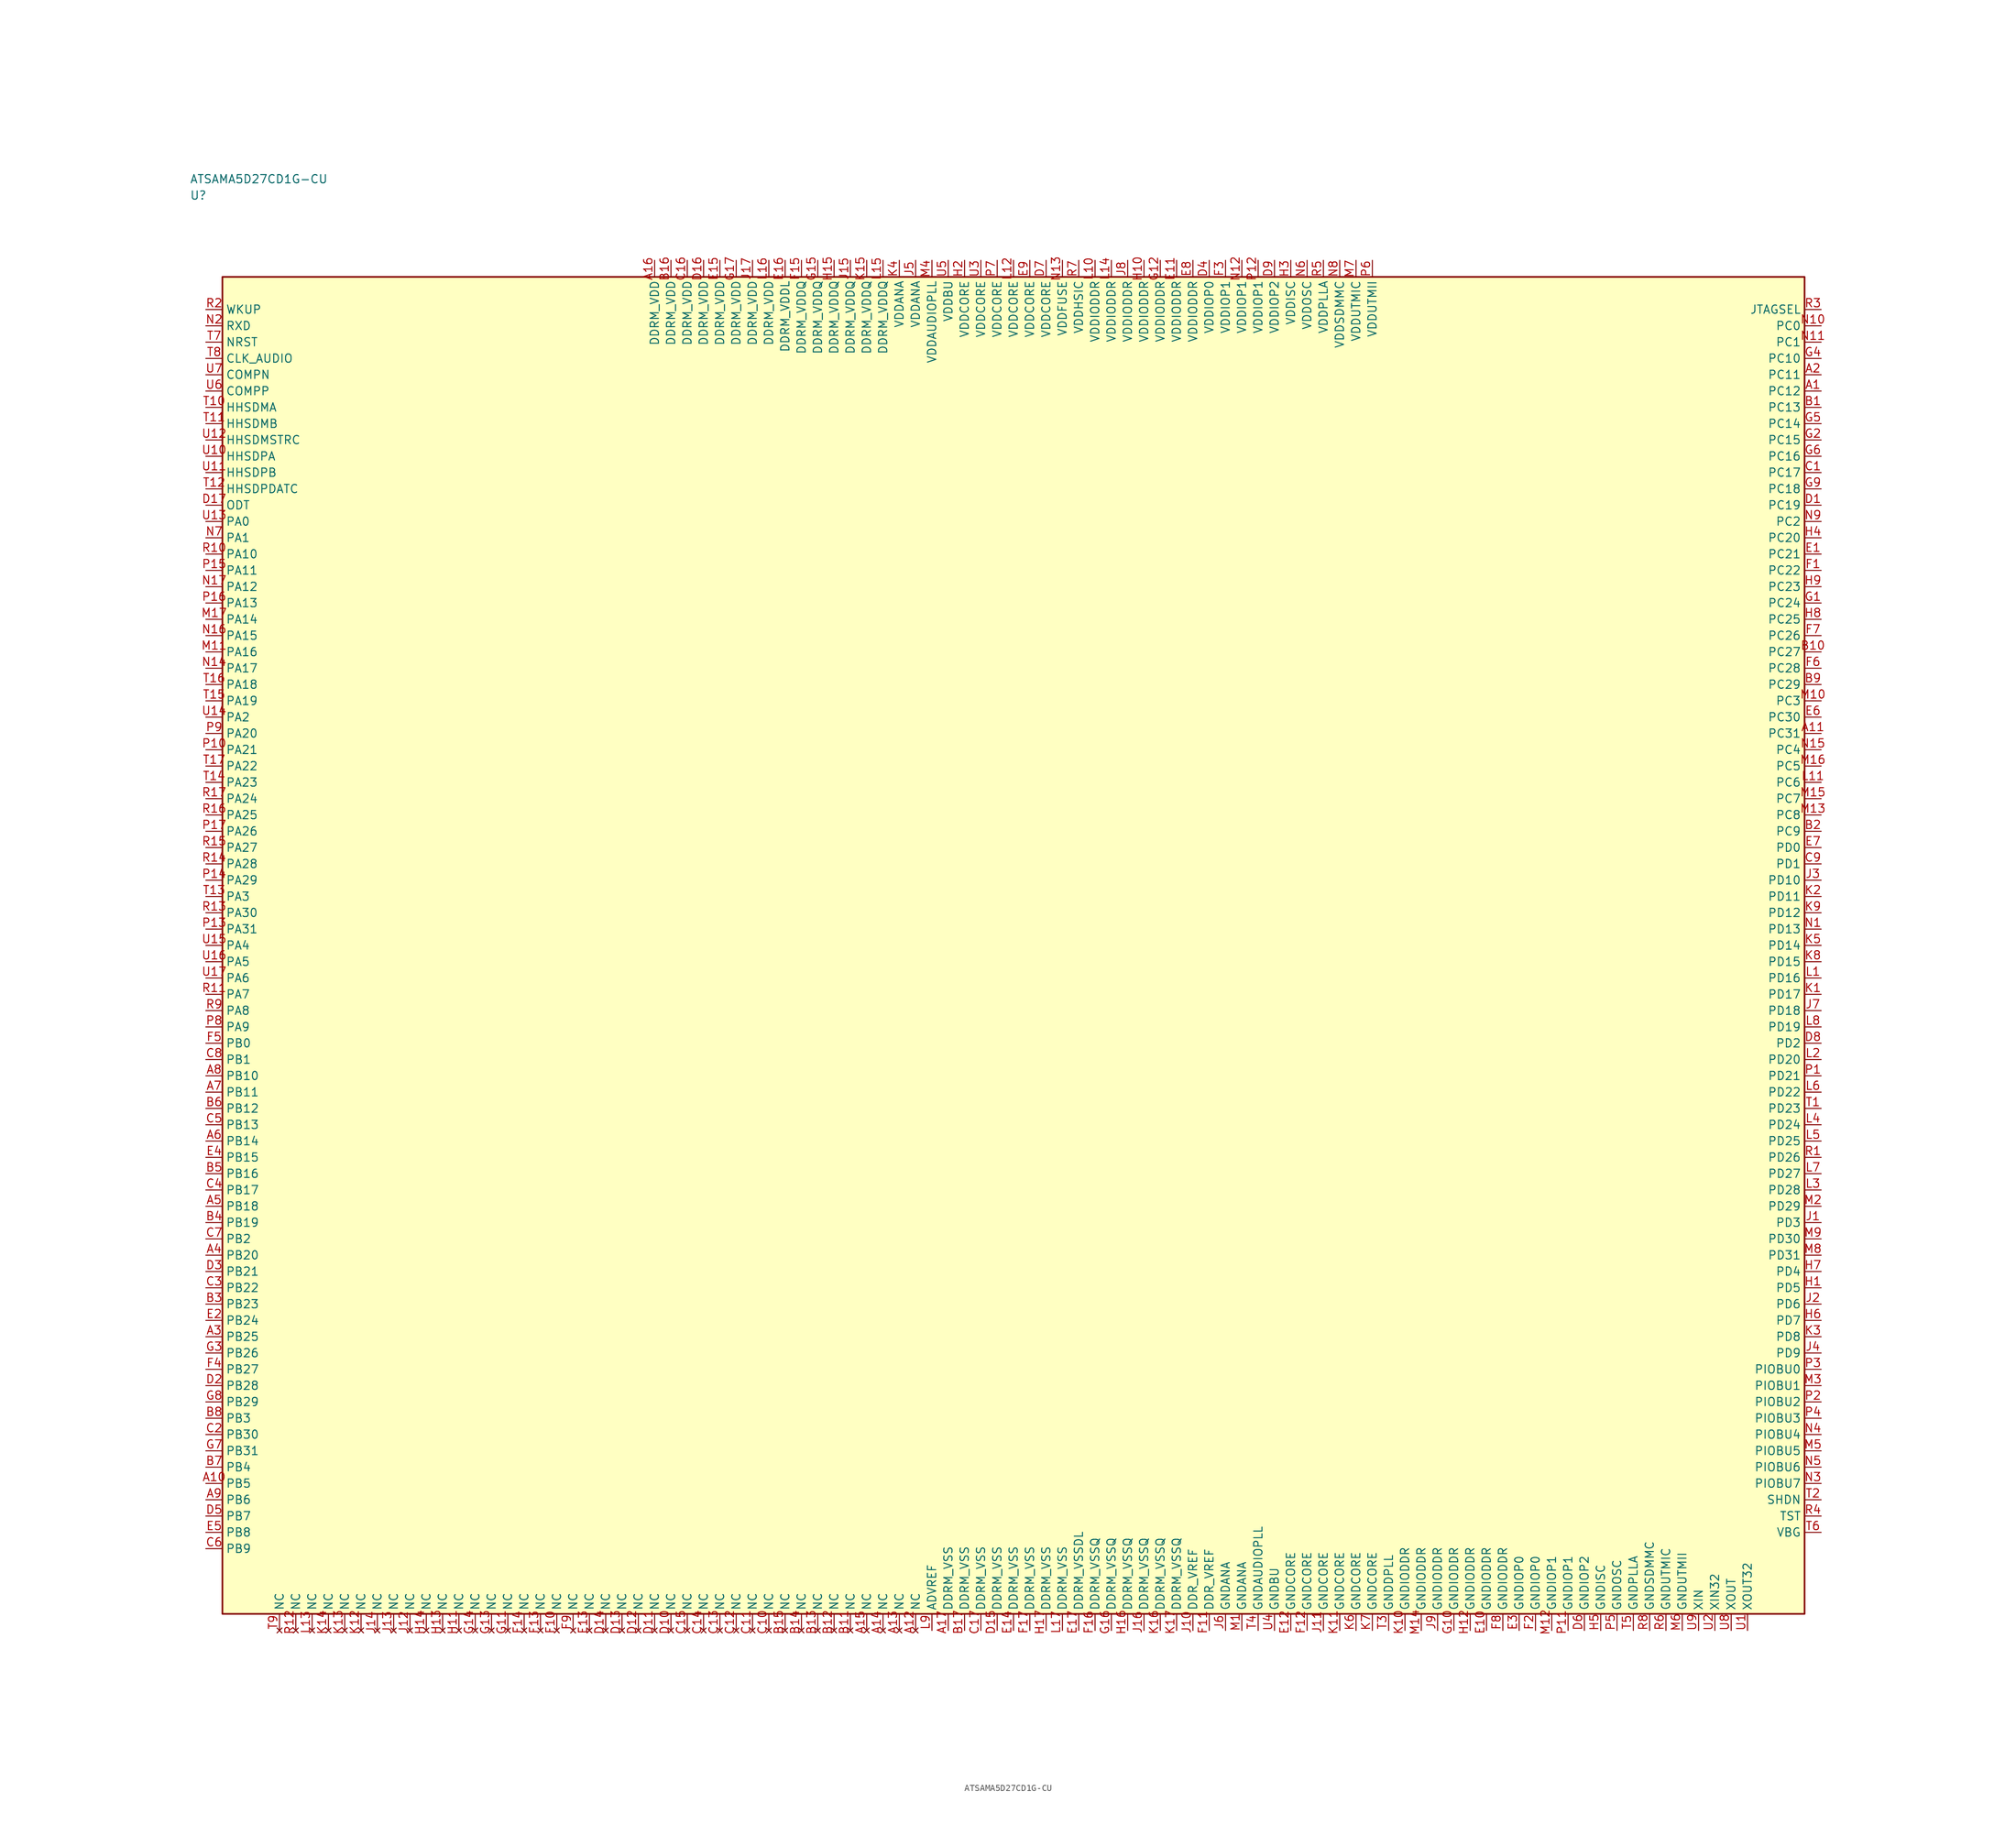
<source format=kicad_sym>
(kicad_symbol_lib
  (version 20241025)
  (generator "kicad_symbol_editor")
  (generator_version "8.0")
  (symbol "ATSAMA5D27CD1G-CU"
    (property "Reference" "U"
      (at -126.25 115.0 0)
      (effects (font (size 1.27 1.27)) (justify left)))
    (property "Value" "ATSAMA5D27CD1G-CU"
      (at -126.25 117.5 0)
      (effects (font (size 1.27 1.27)) (justify left)))
    (symbol "ATSAMA5D27CD1G-CU_0_1"
      (rectangle (start -121.25 102.5) (end 121.25 -102.5) (stroke (width 0.254) (type default)) (fill (type background))))
    (symbol "ATSAMA5D27CD1G-CU_1_1"
      (pin bidirectional line (at -123.79 65.0 0.0) (length 2.54) (name "PA0" (effects (font (size 1.27 1.27)))) (number "U13" (effects (font (size 1.27 1.27)))))
      (pin bidirectional line (at -123.79 62.5 0.0) (length 2.54) (name "PA1" (effects (font (size 1.27 1.27)))) (number "N7" (effects (font (size 1.27 1.27)))))
      (pin bidirectional line (at -123.79 35.0 0.0) (length 2.54) (name "PA2" (effects (font (size 1.27 1.27)))) (number "U14" (effects (font (size 1.27 1.27)))))
      (pin bidirectional line (at -123.79 7.5 0.0) (length 2.54) (name "PA3" (effects (font (size 1.27 1.27)))) (number "T13" (effects (font (size 1.27 1.27)))))
      (pin bidirectional line (at -123.79 0.0 0.0) (length 2.54) (name "PA4" (effects (font (size 1.27 1.27)))) (number "U15" (effects (font (size 1.27 1.27)))))
      (pin bidirectional line (at -123.79 -2.5 0.0) (length 2.54) (name "PA5" (effects (font (size 1.27 1.27)))) (number "U16" (effects (font (size 1.27 1.27)))))
      (pin bidirectional line (at -123.79 -5.0 0.0) (length 2.54) (name "PA6" (effects (font (size 1.27 1.27)))) (number "U17" (effects (font (size 1.27 1.27)))))
      (pin bidirectional line (at -123.79 -7.5 0.0) (length 2.54) (name "PA7" (effects (font (size 1.27 1.27)))) (number "R11" (effects (font (size 1.27 1.27)))))
      (pin bidirectional line (at -123.79 -10.0 0.0) (length 2.54) (name "PA8" (effects (font (size 1.27 1.27)))) (number "R9" (effects (font (size 1.27 1.27)))))
      (pin bidirectional line (at -123.79 -12.5 0.0) (length 2.54) (name "PA9" (effects (font (size 1.27 1.27)))) (number "P8" (effects (font (size 1.27 1.27)))))
      (pin bidirectional line (at -123.79 60.0 0.0) (length 2.54) (name "PA10" (effects (font (size 1.27 1.27)))) (number "R10" (effects (font (size 1.27 1.27)))))
      (pin bidirectional line (at -123.79 57.5 0.0) (length 2.54) (name "PA11" (effects (font (size 1.27 1.27)))) (number "P15" (effects (font (size 1.27 1.27)))))
      (pin bidirectional line (at -123.79 55.0 0.0) (length 2.54) (name "PA12" (effects (font (size 1.27 1.27)))) (number "N17" (effects (font (size 1.27 1.27)))))
      (pin bidirectional line (at -123.79 52.5 0.0) (length 2.54) (name "PA13" (effects (font (size 1.27 1.27)))) (number "P16" (effects (font (size 1.27 1.27)))))
      (pin bidirectional line (at -123.79 50.0 0.0) (length 2.54) (name "PA14" (effects (font (size 1.27 1.27)))) (number "M17" (effects (font (size 1.27 1.27)))))
      (pin bidirectional line (at -123.79 47.5 0.0) (length 2.54) (name "PA15" (effects (font (size 1.27 1.27)))) (number "N16" (effects (font (size 1.27 1.27)))))
      (pin bidirectional line (at -123.79 45.0 0.0) (length 2.54) (name "PA16" (effects (font (size 1.27 1.27)))) (number "M11" (effects (font (size 1.27 1.27)))))
      (pin bidirectional line (at -123.79 42.5 0.0) (length 2.54) (name "PA17" (effects (font (size 1.27 1.27)))) (number "N14" (effects (font (size 1.27 1.27)))))
      (pin bidirectional line (at -123.79 40.0 0.0) (length 2.54) (name "PA18" (effects (font (size 1.27 1.27)))) (number "T16" (effects (font (size 1.27 1.27)))))
      (pin bidirectional line (at -123.79 37.5 0.0) (length 2.54) (name "PA19" (effects (font (size 1.27 1.27)))) (number "T15" (effects (font (size 1.27 1.27)))))
      (pin bidirectional line (at -123.79 32.5 0.0) (length 2.54) (name "PA20" (effects (font (size 1.27 1.27)))) (number "P9" (effects (font (size 1.27 1.27)))))
      (pin bidirectional line (at -123.79 30.0 0.0) (length 2.54) (name "PA21" (effects (font (size 1.27 1.27)))) (number "P10" (effects (font (size 1.27 1.27)))))
      (pin bidirectional line (at -123.79 27.5 0.0) (length 2.54) (name "PA22" (effects (font (size 1.27 1.27)))) (number "T17" (effects (font (size 1.27 1.27)))))
      (pin bidirectional line (at -123.79 25.0 0.0) (length 2.54) (name "PA23" (effects (font (size 1.27 1.27)))) (number "T14" (effects (font (size 1.27 1.27)))))
      (pin bidirectional line (at -123.79 22.5 0.0) (length 2.54) (name "PA24" (effects (font (size 1.27 1.27)))) (number "R17" (effects (font (size 1.27 1.27)))))
      (pin bidirectional line (at -123.79 20.0 0.0) (length 2.54) (name "PA25" (effects (font (size 1.27 1.27)))) (number "R16" (effects (font (size 1.27 1.27)))))
      (pin bidirectional line (at -123.79 17.5 0.0) (length 2.54) (name "PA26" (effects (font (size 1.27 1.27)))) (number "P17" (effects (font (size 1.27 1.27)))))
      (pin bidirectional line (at -123.79 15.0 0.0) (length 2.54) (name "PA27" (effects (font (size 1.27 1.27)))) (number "R15" (effects (font (size 1.27 1.27)))))
      (pin bidirectional line (at -123.79 12.5 0.0) (length 2.54) (name "PA28" (effects (font (size 1.27 1.27)))) (number "R14" (effects (font (size 1.27 1.27)))))
      (pin bidirectional line (at -123.79 10.0 0.0) (length 2.54) (name "PA29" (effects (font (size 1.27 1.27)))) (number "P14" (effects (font (size 1.27 1.27)))))
      (pin bidirectional line (at -123.79 5.0 0.0) (length 2.54) (name "PA30" (effects (font (size 1.27 1.27)))) (number "R13" (effects (font (size 1.27 1.27)))))
      (pin bidirectional line (at -123.79 2.5 0.0) (length 2.54) (name "PA31" (effects (font (size 1.27 1.27)))) (number "P13" (effects (font (size 1.27 1.27)))))
      (pin bidirectional line (at -123.79 -15.0 0.0) (length 2.54) (name "PB0" (effects (font (size 1.27 1.27)))) (number "F5" (effects (font (size 1.27 1.27)))))
      (pin bidirectional line (at -123.79 -17.5 0.0) (length 2.54) (name "PB1" (effects (font (size 1.27 1.27)))) (number "C8" (effects (font (size 1.27 1.27)))))
      (pin bidirectional line (at -123.79 -45.0 0.0) (length 2.54) (name "PB2" (effects (font (size 1.27 1.27)))) (number "C7" (effects (font (size 1.27 1.27)))))
      (pin bidirectional line (at -123.79 -72.5 0.0) (length 2.54) (name "PB3" (effects (font (size 1.27 1.27)))) (number "B8" (effects (font (size 1.27 1.27)))))
      (pin bidirectional line (at -123.79 -80.0 0.0) (length 2.54) (name "PB4" (effects (font (size 1.27 1.27)))) (number "B7" (effects (font (size 1.27 1.27)))))
      (pin bidirectional line (at -123.79 -82.5 0.0) (length 2.54) (name "PB5" (effects (font (size 1.27 1.27)))) (number "A10" (effects (font (size 1.27 1.27)))))
      (pin bidirectional line (at -123.79 -85.0 0.0) (length 2.54) (name "PB6" (effects (font (size 1.27 1.27)))) (number "A9" (effects (font (size 1.27 1.27)))))
      (pin bidirectional line (at -123.79 -87.5 0.0) (length 2.54) (name "PB7" (effects (font (size 1.27 1.27)))) (number "D5" (effects (font (size 1.27 1.27)))))
      (pin bidirectional line (at -123.79 -90.0 0.0) (length 2.54) (name "PB8" (effects (font (size 1.27 1.27)))) (number "E5" (effects (font (size 1.27 1.27)))))
      (pin bidirectional line (at -123.79 -92.5 0.0) (length 2.54) (name "PB9" (effects (font (size 1.27 1.27)))) (number "C6" (effects (font (size 1.27 1.27)))))
      (pin bidirectional line (at -123.79 -20.0 0.0) (length 2.54) (name "PB10" (effects (font (size 1.27 1.27)))) (number "A8" (effects (font (size 1.27 1.27)))))
      (pin bidirectional line (at -123.79 -22.5 0.0) (length 2.54) (name "PB11" (effects (font (size 1.27 1.27)))) (number "A7" (effects (font (size 1.27 1.27)))))
      (pin bidirectional line (at -123.79 -25.0 0.0) (length 2.54) (name "PB12" (effects (font (size 1.27 1.27)))) (number "B6" (effects (font (size 1.27 1.27)))))
      (pin bidirectional line (at -123.79 -27.5 0.0) (length 2.54) (name "PB13" (effects (font (size 1.27 1.27)))) (number "C5" (effects (font (size 1.27 1.27)))))
      (pin bidirectional line (at -123.79 -30.0 0.0) (length 2.54) (name "PB14" (effects (font (size 1.27 1.27)))) (number "A6" (effects (font (size 1.27 1.27)))))
      (pin bidirectional line (at -123.79 -32.5 0.0) (length 2.54) (name "PB15" (effects (font (size 1.27 1.27)))) (number "E4" (effects (font (size 1.27 1.27)))))
      (pin bidirectional line (at -123.79 -35.0 0.0) (length 2.54) (name "PB16" (effects (font (size 1.27 1.27)))) (number "B5" (effects (font (size 1.27 1.27)))))
      (pin bidirectional line (at -123.79 -37.5 0.0) (length 2.54) (name "PB17" (effects (font (size 1.27 1.27)))) (number "C4" (effects (font (size 1.27 1.27)))))
      (pin bidirectional line (at -123.79 -40.0 0.0) (length 2.54) (name "PB18" (effects (font (size 1.27 1.27)))) (number "A5" (effects (font (size 1.27 1.27)))))
      (pin bidirectional line (at -123.79 -42.5 0.0) (length 2.54) (name "PB19" (effects (font (size 1.27 1.27)))) (number "B4" (effects (font (size 1.27 1.27)))))
      (pin bidirectional line (at -123.79 -47.5 0.0) (length 2.54) (name "PB20" (effects (font (size 1.27 1.27)))) (number "A4" (effects (font (size 1.27 1.27)))))
      (pin bidirectional line (at -123.79 -50.0 0.0) (length 2.54) (name "PB21" (effects (font (size 1.27 1.27)))) (number "D3" (effects (font (size 1.27 1.27)))))
      (pin bidirectional line (at -123.79 -52.5 0.0) (length 2.54) (name "PB22" (effects (font (size 1.27 1.27)))) (number "C3" (effects (font (size 1.27 1.27)))))
      (pin bidirectional line (at -123.79 -55.0 0.0) (length 2.54) (name "PB23" (effects (font (size 1.27 1.27)))) (number "B3" (effects (font (size 1.27 1.27)))))
      (pin bidirectional line (at -123.79 -57.5 0.0) (length 2.54) (name "PB24" (effects (font (size 1.27 1.27)))) (number "E2" (effects (font (size 1.27 1.27)))))
      (pin bidirectional line (at -123.79 -60.0 0.0) (length 2.54) (name "PB25" (effects (font (size 1.27 1.27)))) (number "A3" (effects (font (size 1.27 1.27)))))
      (pin bidirectional line (at -123.79 -62.5 0.0) (length 2.54) (name "PB26" (effects (font (size 1.27 1.27)))) (number "G3" (effects (font (size 1.27 1.27)))))
      (pin bidirectional line (at -123.79 -65.0 0.0) (length 2.54) (name "PB27" (effects (font (size 1.27 1.27)))) (number "F4" (effects (font (size 1.27 1.27)))))
      (pin bidirectional line (at -123.79 -67.5 0.0) (length 2.54) (name "PB28" (effects (font (size 1.27 1.27)))) (number "D2" (effects (font (size 1.27 1.27)))))
      (pin bidirectional line (at -123.79 -70.0 0.0) (length 2.54) (name "PB29" (effects (font (size 1.27 1.27)))) (number "G8" (effects (font (size 1.27 1.27)))))
      (pin bidirectional line (at -123.79 -75.0 0.0) (length 2.54) (name "PB30" (effects (font (size 1.27 1.27)))) (number "C2" (effects (font (size 1.27 1.27)))))
      (pin bidirectional line (at -123.79 -77.5 0.0) (length 2.54) (name "PB31" (effects (font (size 1.27 1.27)))) (number "G7" (effects (font (size 1.27 1.27)))))
      (pin bidirectional line (at 123.79 95.0 180.0) (length 2.54) (name "PC0" (effects (font (size 1.27 1.27)))) (number "N10" (effects (font (size 1.27 1.27)))))
      (pin bidirectional line (at 123.79 92.5 180.0) (length 2.54) (name "PC1" (effects (font (size 1.27 1.27)))) (number "N11" (effects (font (size 1.27 1.27)))))
      (pin bidirectional line (at 123.79 65.0 180.0) (length 2.54) (name "PC2" (effects (font (size 1.27 1.27)))) (number "N9" (effects (font (size 1.27 1.27)))))
      (pin bidirectional line (at 123.79 37.5 180.0) (length 2.54) (name "PC3" (effects (font (size 1.27 1.27)))) (number "M10" (effects (font (size 1.27 1.27)))))
      (pin bidirectional line (at 123.79 30.0 180.0) (length 2.54) (name "PC4" (effects (font (size 1.27 1.27)))) (number "N15" (effects (font (size 1.27 1.27)))))
      (pin bidirectional line (at 123.79 27.5 180.0) (length 2.54) (name "PC5" (effects (font (size 1.27 1.27)))) (number "M16" (effects (font (size 1.27 1.27)))))
      (pin bidirectional line (at 123.79 25.0 180.0) (length 2.54) (name "PC6" (effects (font (size 1.27 1.27)))) (number "L11" (effects (font (size 1.27 1.27)))))
      (pin bidirectional line (at 123.79 22.5 180.0) (length 2.54) (name "PC7" (effects (font (size 1.27 1.27)))) (number "M15" (effects (font (size 1.27 1.27)))))
      (pin bidirectional line (at 123.79 20.0 180.0) (length 2.54) (name "PC8" (effects (font (size 1.27 1.27)))) (number "M13" (effects (font (size 1.27 1.27)))))
      (pin bidirectional line (at 123.79 17.5 180.0) (length 2.54) (name "PC9" (effects (font (size 1.27 1.27)))) (number "B2" (effects (font (size 1.27 1.27)))))
      (pin bidirectional line (at 123.79 90.0 180.0) (length 2.54) (name "PC10" (effects (font (size 1.27 1.27)))) (number "G4" (effects (font (size 1.27 1.27)))))
      (pin bidirectional line (at 123.79 87.5 180.0) (length 2.54) (name "PC11" (effects (font (size 1.27 1.27)))) (number "A2" (effects (font (size 1.27 1.27)))))
      (pin bidirectional line (at 123.79 85.0 180.0) (length 2.54) (name "PC12" (effects (font (size 1.27 1.27)))) (number "A1" (effects (font (size 1.27 1.27)))))
      (pin bidirectional line (at 123.79 82.5 180.0) (length 2.54) (name "PC13" (effects (font (size 1.27 1.27)))) (number "B1" (effects (font (size 1.27 1.27)))))
      (pin bidirectional line (at 123.79 80.0 180.0) (length 2.54) (name "PC14" (effects (font (size 1.27 1.27)))) (number "G5" (effects (font (size 1.27 1.27)))))
      (pin bidirectional line (at 123.79 77.5 180.0) (length 2.54) (name "PC15" (effects (font (size 1.27 1.27)))) (number "G2" (effects (font (size 1.27 1.27)))))
      (pin bidirectional line (at 123.79 75.0 180.0) (length 2.54) (name "PC16" (effects (font (size 1.27 1.27)))) (number "G6" (effects (font (size 1.27 1.27)))))
      (pin bidirectional line (at 123.79 72.5 180.0) (length 2.54) (name "PC17" (effects (font (size 1.27 1.27)))) (number "C1" (effects (font (size 1.27 1.27)))))
      (pin bidirectional line (at 123.79 70.0 180.0) (length 2.54) (name "PC18" (effects (font (size 1.27 1.27)))) (number "G9" (effects (font (size 1.27 1.27)))))
      (pin bidirectional line (at 123.79 67.5 180.0) (length 2.54) (name "PC19" (effects (font (size 1.27 1.27)))) (number "D1" (effects (font (size 1.27 1.27)))))
      (pin bidirectional line (at 123.79 62.5 180.0) (length 2.54) (name "PC20" (effects (font (size 1.27 1.27)))) (number "H4" (effects (font (size 1.27 1.27)))))
      (pin bidirectional line (at 123.79 60.0 180.0) (length 2.54) (name "PC21" (effects (font (size 1.27 1.27)))) (number "E1" (effects (font (size 1.27 1.27)))))
      (pin bidirectional line (at 123.79 57.5 180.0) (length 2.54) (name "PC22" (effects (font (size 1.27 1.27)))) (number "F1" (effects (font (size 1.27 1.27)))))
      (pin bidirectional line (at 123.79 55.0 180.0) (length 2.54) (name "PC23" (effects (font (size 1.27 1.27)))) (number "H9" (effects (font (size 1.27 1.27)))))
      (pin bidirectional line (at 123.79 52.5 180.0) (length 2.54) (name "PC24" (effects (font (size 1.27 1.27)))) (number "G1" (effects (font (size 1.27 1.27)))))
      (pin bidirectional line (at 123.79 50.0 180.0) (length 2.54) (name "PC25" (effects (font (size 1.27 1.27)))) (number "H8" (effects (font (size 1.27 1.27)))))
      (pin bidirectional line (at 123.79 47.5 180.0) (length 2.54) (name "PC26" (effects (font (size 1.27 1.27)))) (number "F7" (effects (font (size 1.27 1.27)))))
      (pin bidirectional line (at 123.79 45.0 180.0) (length 2.54) (name "PC27" (effects (font (size 1.27 1.27)))) (number "B10" (effects (font (size 1.27 1.27)))))
      (pin bidirectional line (at 123.79 42.5 180.0) (length 2.54) (name "PC28" (effects (font (size 1.27 1.27)))) (number "F6" (effects (font (size 1.27 1.27)))))
      (pin bidirectional line (at 123.79 40.0 180.0) (length 2.54) (name "PC29" (effects (font (size 1.27 1.27)))) (number "B9" (effects (font (size 1.27 1.27)))))
      (pin bidirectional line (at 123.79 35.0 180.0) (length 2.54) (name "PC30" (effects (font (size 1.27 1.27)))) (number "E6" (effects (font (size 1.27 1.27)))))
      (pin bidirectional line (at 123.79 32.5 180.0) (length 2.54) (name "PC31" (effects (font (size 1.27 1.27)))) (number "A11" (effects (font (size 1.27 1.27)))))
      (pin bidirectional line (at 123.79 15.0 180.0) (length 2.54) (name "PD0" (effects (font (size 1.27 1.27)))) (number "E7" (effects (font (size 1.27 1.27)))))
      (pin bidirectional line (at 123.79 12.5 180.0) (length 2.54) (name "PD1" (effects (font (size 1.27 1.27)))) (number "C9" (effects (font (size 1.27 1.27)))))
      (pin bidirectional line (at 123.79 -15.0 180.0) (length 2.54) (name "PD2" (effects (font (size 1.27 1.27)))) (number "D8" (effects (font (size 1.27 1.27)))))
      (pin bidirectional line (at 123.79 -42.5 180.0) (length 2.54) (name "PD3" (effects (font (size 1.27 1.27)))) (number "J1" (effects (font (size 1.27 1.27)))))
      (pin bidirectional line (at 123.79 -50.0 180.0) (length 2.54) (name "PD4" (effects (font (size 1.27 1.27)))) (number "H7" (effects (font (size 1.27 1.27)))))
      (pin bidirectional line (at 123.79 -52.5 180.0) (length 2.54) (name "PD5" (effects (font (size 1.27 1.27)))) (number "H1" (effects (font (size 1.27 1.27)))))
      (pin bidirectional line (at 123.79 -55.0 180.0) (length 2.54) (name "PD6" (effects (font (size 1.27 1.27)))) (number "J2" (effects (font (size 1.27 1.27)))))
      (pin bidirectional line (at 123.79 -57.5 180.0) (length 2.54) (name "PD7" (effects (font (size 1.27 1.27)))) (number "H6" (effects (font (size 1.27 1.27)))))
      (pin bidirectional line (at 123.79 -60.0 180.0) (length 2.54) (name "PD8" (effects (font (size 1.27 1.27)))) (number "K3" (effects (font (size 1.27 1.27)))))
      (pin bidirectional line (at 123.79 -62.5 180.0) (length 2.54) (name "PD9" (effects (font (size 1.27 1.27)))) (number "J4" (effects (font (size 1.27 1.27)))))
      (pin bidirectional line (at 123.79 10.0 180.0) (length 2.54) (name "PD10" (effects (font (size 1.27 1.27)))) (number "J3" (effects (font (size 1.27 1.27)))))
      (pin bidirectional line (at 123.79 7.5 180.0) (length 2.54) (name "PD11" (effects (font (size 1.27 1.27)))) (number "K2" (effects (font (size 1.27 1.27)))))
      (pin bidirectional line (at 123.79 5.0 180.0) (length 2.54) (name "PD12" (effects (font (size 1.27 1.27)))) (number "K9" (effects (font (size 1.27 1.27)))))
      (pin bidirectional line (at 123.79 2.5 180.0) (length 2.54) (name "PD13" (effects (font (size 1.27 1.27)))) (number "N1" (effects (font (size 1.27 1.27)))))
      (pin bidirectional line (at 123.79 0.0 180.0) (length 2.54) (name "PD14" (effects (font (size 1.27 1.27)))) (number "K5" (effects (font (size 1.27 1.27)))))
      (pin bidirectional line (at 123.79 -2.5 180.0) (length 2.54) (name "PD15" (effects (font (size 1.27 1.27)))) (number "K8" (effects (font (size 1.27 1.27)))))
      (pin bidirectional line (at 123.79 -5.0 180.0) (length 2.54) (name "PD16" (effects (font (size 1.27 1.27)))) (number "L1" (effects (font (size 1.27 1.27)))))
      (pin bidirectional line (at 123.79 -7.5 180.0) (length 2.54) (name "PD17" (effects (font (size 1.27 1.27)))) (number "K1" (effects (font (size 1.27 1.27)))))
      (pin bidirectional line (at 123.79 -10.0 180.0) (length 2.54) (name "PD18" (effects (font (size 1.27 1.27)))) (number "J7" (effects (font (size 1.27 1.27)))))
      (pin bidirectional line (at 123.79 -12.5 180.0) (length 2.54) (name "PD19" (effects (font (size 1.27 1.27)))) (number "L8" (effects (font (size 1.27 1.27)))))
      (pin bidirectional line (at 123.79 -17.5 180.0) (length 2.54) (name "PD20" (effects (font (size 1.27 1.27)))) (number "L2" (effects (font (size 1.27 1.27)))))
      (pin bidirectional line (at 123.79 -20.0 180.0) (length 2.54) (name "PD21" (effects (font (size 1.27 1.27)))) (number "P1" (effects (font (size 1.27 1.27)))))
      (pin bidirectional line (at 123.79 -22.5 180.0) (length 2.54) (name "PD22" (effects (font (size 1.27 1.27)))) (number "L6" (effects (font (size 1.27 1.27)))))
      (pin bidirectional line (at 123.79 -25.0 180.0) (length 2.54) (name "PD23" (effects (font (size 1.27 1.27)))) (number "T1" (effects (font (size 1.27 1.27)))))
      (pin bidirectional line (at 123.79 -27.5 180.0) (length 2.54) (name "PD24" (effects (font (size 1.27 1.27)))) (number "L4" (effects (font (size 1.27 1.27)))))
      (pin bidirectional line (at 123.79 -30.0 180.0) (length 2.54) (name "PD25" (effects (font (size 1.27 1.27)))) (number "L5" (effects (font (size 1.27 1.27)))))
      (pin bidirectional line (at 123.79 -32.5 180.0) (length 2.54) (name "PD26" (effects (font (size 1.27 1.27)))) (number "R1" (effects (font (size 1.27 1.27)))))
      (pin bidirectional line (at 123.79 -35.0 180.0) (length 2.54) (name "PD27" (effects (font (size 1.27 1.27)))) (number "L7" (effects (font (size 1.27 1.27)))))
      (pin bidirectional line (at 123.79 -37.5 180.0) (length 2.54) (name "PD28" (effects (font (size 1.27 1.27)))) (number "L3" (effects (font (size 1.27 1.27)))))
      (pin bidirectional line (at 123.79 -40.0 180.0) (length 2.54) (name "PD29" (effects (font (size 1.27 1.27)))) (number "M2" (effects (font (size 1.27 1.27)))))
      (pin bidirectional line (at 123.79 -45.0 180.0) (length 2.54) (name "PD30" (effects (font (size 1.27 1.27)))) (number "M9" (effects (font (size 1.27 1.27)))))
      (pin bidirectional line (at 123.79 -47.5 180.0) (length 2.54) (name "PD31" (effects (font (size 1.27 1.27)))) (number "M8" (effects (font (size 1.27 1.27)))))
      (pin passive line (at -12.5 -105.04 90.0) (length 2.54) (name "ADVREF" (effects (font (size 1.27 1.27)))) (number "L9" (effects (font (size 1.27 1.27)))))
      (pin power_in line (at -17.5 105.04 270.0) (length 2.54) (name "VDDANA" (effects (font (size 1.27 1.27)))) (number "K4" (effects (font (size 1.27 1.27)))))
      (pin power_in line (at -15.0 105.04 270.0) (length 2.54) (name "VDDANA" (effects (font (size 1.27 1.27)))) (number "J5" (effects (font (size 1.27 1.27)))))
      (pin passive line (at 32.5 -105.04 90.0) (length 2.54) (name "GNDANA" (effects (font (size 1.27 1.27)))) (number "J6" (effects (font (size 1.27 1.27)))))
      (pin passive line (at 35.0 -105.04 90.0) (length 2.54) (name "GNDANA" (effects (font (size 1.27 1.27)))) (number "M1" (effects (font (size 1.27 1.27)))))
      (pin passive line (at 27.5 -105.04 90.0) (length 2.54) (name "DDR_VREF" (effects (font (size 1.27 1.27)))) (number "J10" (effects (font (size 1.27 1.27)))))
      (pin passive line (at 30.0 -105.04 90.0) (length 2.54) (name "DDR_VREF" (effects (font (size 1.27 1.27)))) (number "F11" (effects (font (size 1.27 1.27)))))
      (pin power_in line (at 12.5 105.04 270.0) (length 2.54) (name "VDDIODDR" (effects (font (size 1.27 1.27)))) (number "L10" (effects (font (size 1.27 1.27)))))
      (pin power_in line (at 15.0 105.04 270.0) (length 2.54) (name "VDDIODDR" (effects (font (size 1.27 1.27)))) (number "L14" (effects (font (size 1.27 1.27)))))
      (pin power_in line (at 17.5 105.04 270.0) (length 2.54) (name "VDDIODDR" (effects (font (size 1.27 1.27)))) (number "J8" (effects (font (size 1.27 1.27)))))
      (pin power_in line (at 20.0 105.04 270.0) (length 2.54) (name "VDDIODDR" (effects (font (size 1.27 1.27)))) (number "H10" (effects (font (size 1.27 1.27)))))
      (pin power_in line (at 22.5 105.04 270.0) (length 2.54) (name "VDDIODDR" (effects (font (size 1.27 1.27)))) (number "G12" (effects (font (size 1.27 1.27)))))
      (pin power_in line (at 25.0 105.04 270.0) (length 2.54) (name "VDDIODDR" (effects (font (size 1.27 1.27)))) (number "E11" (effects (font (size 1.27 1.27)))))
      (pin power_in line (at 27.5 105.04 270.0) (length 2.54) (name "VDDIODDR" (effects (font (size 1.27 1.27)))) (number "E8" (effects (font (size 1.27 1.27)))))
      (pin passive line (at 60.0 -105.04 90.0) (length 2.54) (name "GNDIODDR" (effects (font (size 1.27 1.27)))) (number "K10" (effects (font (size 1.27 1.27)))))
      (pin passive line (at 62.5 -105.04 90.0) (length 2.54) (name "GNDIODDR" (effects (font (size 1.27 1.27)))) (number "M14" (effects (font (size 1.27 1.27)))))
      (pin passive line (at 65.0 -105.04 90.0) (length 2.54) (name "GNDIODDR" (effects (font (size 1.27 1.27)))) (number "J9" (effects (font (size 1.27 1.27)))))
      (pin passive line (at 67.5 -105.04 90.0) (length 2.54) (name "GNDIODDR" (effects (font (size 1.27 1.27)))) (number "G10" (effects (font (size 1.27 1.27)))))
      (pin passive line (at 70.0 -105.04 90.0) (length 2.54) (name "GNDIODDR" (effects (font (size 1.27 1.27)))) (number "H12" (effects (font (size 1.27 1.27)))))
      (pin passive line (at 72.5 -105.04 90.0) (length 2.54) (name "GNDIODDR" (effects (font (size 1.27 1.27)))) (number "E10" (effects (font (size 1.27 1.27)))))
      (pin passive line (at 75.0 -105.04 90.0) (length 2.54) (name "GNDIODDR" (effects (font (size 1.27 1.27)))) (number "F8" (effects (font (size 1.27 1.27)))))
      (pin power_in line (at -7.5 105.04 270.0) (length 2.54) (name "VDDCORE" (effects (font (size 1.27 1.27)))) (number "H2" (effects (font (size 1.27 1.27)))))
      (pin power_in line (at -5.0 105.04 270.0) (length 2.54) (name "VDDCORE" (effects (font (size 1.27 1.27)))) (number "U3" (effects (font (size 1.27 1.27)))))
      (pin power_in line (at -2.5 105.04 270.0) (length 2.54) (name "VDDCORE" (effects (font (size 1.27 1.27)))) (number "P7" (effects (font (size 1.27 1.27)))))
      (pin power_in line (at 0.0 105.04 270.0) (length 2.54) (name "VDDCORE" (effects (font (size 1.27 1.27)))) (number "L12" (effects (font (size 1.27 1.27)))))
      (pin power_in line (at 2.5 105.04 270.0) (length 2.54) (name "VDDCORE" (effects (font (size 1.27 1.27)))) (number "E9" (effects (font (size 1.27 1.27)))))
      (pin power_in line (at 5.0 105.04 270.0) (length 2.54) (name "VDDCORE" (effects (font (size 1.27 1.27)))) (number "D7" (effects (font (size 1.27 1.27)))))
      (pin passive line (at 42.5 -105.04 90.0) (length 2.54) (name "GNDCORE" (effects (font (size 1.27 1.27)))) (number "E12" (effects (font (size 1.27 1.27)))))
      (pin passive line (at 45.0 -105.04 90.0) (length 2.54) (name "GNDCORE" (effects (font (size 1.27 1.27)))) (number "F12" (effects (font (size 1.27 1.27)))))
      (pin passive line (at 47.5 -105.04 90.0) (length 2.54) (name "GNDCORE" (effects (font (size 1.27 1.27)))) (number "J11" (effects (font (size 1.27 1.27)))))
      (pin passive line (at 50.0 -105.04 90.0) (length 2.54) (name "GNDCORE" (effects (font (size 1.27 1.27)))) (number "K11" (effects (font (size 1.27 1.27)))))
      (pin passive line (at 52.5 -105.04 90.0) (length 2.54) (name "GNDCORE" (effects (font (size 1.27 1.27)))) (number "K6" (effects (font (size 1.27 1.27)))))
      (pin passive line (at 55.0 -105.04 90.0) (length 2.54) (name "GNDCORE" (effects (font (size 1.27 1.27)))) (number "K7" (effects (font (size 1.27 1.27)))))
      (pin power_in line (at 30.0 105.04 270.0) (length 2.54) (name "VDDIOP0" (effects (font (size 1.27 1.27)))) (number "D4" (effects (font (size 1.27 1.27)))))
      (pin power_in line (at 32.5 105.04 270.0) (length 2.54) (name "VDDIOP1" (effects (font (size 1.27 1.27)))) (number "F3" (effects (font (size 1.27 1.27)))))
      (pin passive line (at 77.5 -105.04 90.0) (length 2.54) (name "GNDIOP0" (effects (font (size 1.27 1.27)))) (number "E3" (effects (font (size 1.27 1.27)))))
      (pin passive line (at 80.0 -105.04 90.0) (length 2.54) (name "GNDIOP0" (effects (font (size 1.27 1.27)))) (number "F2" (effects (font (size 1.27 1.27)))))
      (pin power_in line (at 35.0 105.04 270.0) (length 2.54) (name "VDDIOP1" (effects (font (size 1.27 1.27)))) (number "N12" (effects (font (size 1.27 1.27)))))
      (pin power_in line (at 37.5 105.04 270.0) (length 2.54) (name "VDDIOP1" (effects (font (size 1.27 1.27)))) (number "P12" (effects (font (size 1.27 1.27)))))
      (pin passive line (at 82.5 -105.04 90.0) (length 2.54) (name "GNDIOP1" (effects (font (size 1.27 1.27)))) (number "M12" (effects (font (size 1.27 1.27)))))
      (pin passive line (at 85.0 -105.04 90.0) (length 2.54) (name "GNDIOP1" (effects (font (size 1.27 1.27)))) (number "P11" (effects (font (size 1.27 1.27)))))
      (pin power_in line (at 40.0 105.04 270.0) (length 2.54) (name "VDDIOP2" (effects (font (size 1.27 1.27)))) (number "D9" (effects (font (size 1.27 1.27)))))
      (pin passive line (at 87.5 -105.04 90.0) (length 2.54) (name "GNDIOP2" (effects (font (size 1.27 1.27)))) (number "D6" (effects (font (size 1.27 1.27)))))
      (pin power_in line (at 50.0 105.04 270.0) (length 2.54) (name "VDDSDMMC" (effects (font (size 1.27 1.27)))) (number "N8" (effects (font (size 1.27 1.27)))))
      (pin passive line (at 97.5 -105.04 90.0) (length 2.54) (name "GNDSDMMC" (effects (font (size 1.27 1.27)))) (number "R8" (effects (font (size 1.27 1.27)))))
      (pin power_in line (at 42.5 105.04 270.0) (length 2.54) (name "VDDISC" (effects (font (size 1.27 1.27)))) (number "H3" (effects (font (size 1.27 1.27)))))
      (pin passive line (at 90.0 -105.04 90.0) (length 2.54) (name "GNDISC" (effects (font (size 1.27 1.27)))) (number "H5" (effects (font (size 1.27 1.27)))))
      (pin power_in line (at 7.5 105.04 270.0) (length 2.54) (name "VDDFUSE" (effects (font (size 1.27 1.27)))) (number "N13" (effects (font (size 1.27 1.27)))))
      (pin power_in line (at 47.5 105.04 270.0) (length 2.54) (name "VDDPLLA" (effects (font (size 1.27 1.27)))) (number "R5" (effects (font (size 1.27 1.27)))))
      (pin passive line (at 95.0 -105.04 90.0) (length 2.54) (name "GNDPLLA" (effects (font (size 1.27 1.27)))) (number "T5" (effects (font (size 1.27 1.27)))))
      (pin power_in line (at -12.5 105.04 270.0) (length 2.54) (name "VDDAUDIOPLL" (effects (font (size 1.27 1.27)))) (number "M4" (effects (font (size 1.27 1.27)))))
      (pin passive line (at 57.5 -105.04 90.0) (length 2.54) (name "GNDDPLL" (effects (font (size 1.27 1.27)))) (number "T3" (effects (font (size 1.27 1.27)))))
      (pin passive line (at 37.5 -105.04 90.0) (length 2.54) (name "GNDAUDIOPLL" (effects (font (size 1.27 1.27)))) (number "T4" (effects (font (size 1.27 1.27)))))
      (pin bidirectional line (at -123.79 90.0 0.0) (length 2.54) (name "CLK_AUDIO" (effects (font (size 1.27 1.27)))) (number "T8" (effects (font (size 1.27 1.27)))))
      (pin passive line (at 105.0 -105.04 90.0) (length 2.54) (name "XIN" (effects (font (size 1.27 1.27)))) (number "U9" (effects (font (size 1.27 1.27)))))
      (pin passive line (at 110.0 -105.04 90.0) (length 2.54) (name "XOUT" (effects (font (size 1.27 1.27)))) (number "U8" (effects (font (size 1.27 1.27)))))
      (pin power_in line (at 45.0 105.04 270.0) (length 2.54) (name "VDDOSC" (effects (font (size 1.27 1.27)))) (number "N6" (effects (font (size 1.27 1.27)))))
      (pin passive line (at 92.5 -105.04 90.0) (length 2.54) (name "GNDOSC" (effects (font (size 1.27 1.27)))) (number "P5" (effects (font (size 1.27 1.27)))))
      (pin power_in line (at 55.0 105.04 270.0) (length 2.54) (name "VDDUTMII" (effects (font (size 1.27 1.27)))) (number "P6" (effects (font (size 1.27 1.27)))))
      (pin power_in line (at 10.0 105.04 270.0) (length 2.54) (name "VDDHSIC" (effects (font (size 1.27 1.27)))) (number "R7" (effects (font (size 1.27 1.27)))))
      (pin passive line (at 102.5 -105.04 90.0) (length 2.54) (name "GNDUTMII" (effects (font (size 1.27 1.27)))) (number "M6" (effects (font (size 1.27 1.27)))))
      (pin bidirectional line (at -123.79 75.0 0.0) (length 2.54) (name "HHSDPA" (effects (font (size 1.27 1.27)))) (number "U10" (effects (font (size 1.27 1.27)))))
      (pin bidirectional line (at -123.79 82.5 0.0) (length 2.54) (name "HHSDMA" (effects (font (size 1.27 1.27)))) (number "T10" (effects (font (size 1.27 1.27)))))
      (pin bidirectional line (at -123.79 72.5 0.0) (length 2.54) (name "HHSDPB" (effects (font (size 1.27 1.27)))) (number "U11" (effects (font (size 1.27 1.27)))))
      (pin bidirectional line (at -123.79 80.0 0.0) (length 2.54) (name "HHSDMB" (effects (font (size 1.27 1.27)))) (number "T11" (effects (font (size 1.27 1.27)))))
      (pin bidirectional line (at -123.79 70.0 0.0) (length 2.54) (name "HHSDPDATC" (effects (font (size 1.27 1.27)))) (number "T12" (effects (font (size 1.27 1.27)))))
      (pin bidirectional line (at -123.79 77.5 0.0) (length 2.54) (name "HHSDMSTRC" (effects (font (size 1.27 1.27)))) (number "U12" (effects (font (size 1.27 1.27)))))
      (pin power_in line (at 52.5 105.04 270.0) (length 2.54) (name "VDDUTMIC" (effects (font (size 1.27 1.27)))) (number "M7" (effects (font (size 1.27 1.27)))))
      (pin passive line (at 100.0 -105.04 90.0) (length 2.54) (name "GNDUTMIC" (effects (font (size 1.27 1.27)))) (number "R6" (effects (font (size 1.27 1.27)))))
      (pin bidirectional line (at 123.79 -90.0 180.0) (length 2.54) (name "VBG" (effects (font (size 1.27 1.27)))) (number "T6" (effects (font (size 1.27 1.27)))))
      (pin bidirectional line (at 123.79 -87.5 180.0) (length 2.54) (name "TST" (effects (font (size 1.27 1.27)))) (number "R4" (effects (font (size 1.27 1.27)))))
      (pin input line (at -123.79 92.5 0.0) (length 2.54) (name "NRST" (effects (font (size 1.27 1.27)))) (number "T7" (effects (font (size 1.27 1.27)))))
      (pin output line (at 123.79 97.5 180.0) (length 2.54) (name "JTAGSEL" (effects (font (size 1.27 1.27)))) (number "R3" (effects (font (size 1.27 1.27)))))
      (pin input line (at -123.79 97.5 0.0) (length 2.54) (name "WKUP" (effects (font (size 1.27 1.27)))) (number "R2" (effects (font (size 1.27 1.27)))))
      (pin input line (at -123.79 95.0 0.0) (length 2.54) (name "RXD" (effects (font (size 1.27 1.27)))) (number "N2" (effects (font (size 1.27 1.27)))))
      (pin bidirectional line (at 123.79 -85.0 180.0) (length 2.54) (name "SHDN" (effects (font (size 1.27 1.27)))) (number "T2" (effects (font (size 1.27 1.27)))))
      (pin bidirectional line (at 123.79 -65.0 180.0) (length 2.54) (name "PIOBU0" (effects (font (size 1.27 1.27)))) (number "P3" (effects (font (size 1.27 1.27)))))
      (pin bidirectional line (at 123.79 -67.5 180.0) (length 2.54) (name "PIOBU1" (effects (font (size 1.27 1.27)))) (number "M3" (effects (font (size 1.27 1.27)))))
      (pin bidirectional line (at 123.79 -70.0 180.0) (length 2.54) (name "PIOBU2" (effects (font (size 1.27 1.27)))) (number "P2" (effects (font (size 1.27 1.27)))))
      (pin bidirectional line (at 123.79 -72.5 180.0) (length 2.54) (name "PIOBU3" (effects (font (size 1.27 1.27)))) (number "P4" (effects (font (size 1.27 1.27)))))
      (pin bidirectional line (at 123.79 -75.0 180.0) (length 2.54) (name "PIOBU4" (effects (font (size 1.27 1.27)))) (number "N4" (effects (font (size 1.27 1.27)))))
      (pin bidirectional line (at 123.79 -77.5 180.0) (length 2.54) (name "PIOBU5" (effects (font (size 1.27 1.27)))) (number "M5" (effects (font (size 1.27 1.27)))))
      (pin bidirectional line (at 123.79 -80.0 180.0) (length 2.54) (name "PIOBU6" (effects (font (size 1.27 1.27)))) (number "N5" (effects (font (size 1.27 1.27)))))
      (pin bidirectional line (at 123.79 -82.5 180.0) (length 2.54) (name "PIOBU7" (effects (font (size 1.27 1.27)))) (number "N3" (effects (font (size 1.27 1.27)))))
      (pin power_in line (at -10.0 105.04 270.0) (length 2.54) (name "VDDBU" (effects (font (size 1.27 1.27)))) (number "U5" (effects (font (size 1.27 1.27)))))
      (pin passive line (at 40.0 -105.04 90.0) (length 2.54) (name "GNDBU" (effects (font (size 1.27 1.27)))) (number "U4" (effects (font (size 1.27 1.27)))))
      (pin passive line (at 107.5 -105.04 90.0) (length 2.54) (name "XIN32" (effects (font (size 1.27 1.27)))) (number "U2" (effects (font (size 1.27 1.27)))))
      (pin passive line (at 112.5 -105.04 90.0) (length 2.54) (name "XOUT32" (effects (font (size 1.27 1.27)))) (number "U1" (effects (font (size 1.27 1.27)))))
      (pin bidirectional line (at -123.79 85.0 0.0) (length 2.54) (name "COMPP" (effects (font (size 1.27 1.27)))) (number "U6" (effects (font (size 1.27 1.27)))))
      (pin bidirectional line (at -123.79 87.5 0.0) (length 2.54) (name "COMPN" (effects (font (size 1.27 1.27)))) (number "U7" (effects (font (size 1.27 1.27)))))
      (pin bidirectional line (at -123.79 67.5 0.0) (length 2.54) (name "ODT" (effects (font (size 1.27 1.27)))) (number "D17" (effects (font (size 1.27 1.27)))))
      (pin power_in line (at -55.0 105.04 270.0) (length 2.54) (name "DDRM_VDD" (effects (font (size 1.27 1.27)))) (number "A16" (effects (font (size 1.27 1.27)))))
      (pin power_in line (at -52.5 105.04 270.0) (length 2.54) (name "DDRM_VDD" (effects (font (size 1.27 1.27)))) (number "B16" (effects (font (size 1.27 1.27)))))
      (pin power_in line (at -50.0 105.04 270.0) (length 2.54) (name "DDRM_VDD" (effects (font (size 1.27 1.27)))) (number "C16" (effects (font (size 1.27 1.27)))))
      (pin power_in line (at -47.5 105.04 270.0) (length 2.54) (name "DDRM_VDD" (effects (font (size 1.27 1.27)))) (number "D16" (effects (font (size 1.27 1.27)))))
      (pin power_in line (at -45.0 105.04 270.0) (length 2.54) (name "DDRM_VDD" (effects (font (size 1.27 1.27)))) (number "E15" (effects (font (size 1.27 1.27)))))
      (pin power_in line (at -42.5 105.04 270.0) (length 2.54) (name "DDRM_VDD" (effects (font (size 1.27 1.27)))) (number "G17" (effects (font (size 1.27 1.27)))))
      (pin power_in line (at -40.0 105.04 270.0) (length 2.54) (name "DDRM_VDD" (effects (font (size 1.27 1.27)))) (number "J17" (effects (font (size 1.27 1.27)))))
      (pin power_in line (at -37.5 105.04 270.0) (length 2.54) (name "DDRM_VDD" (effects (font (size 1.27 1.27)))) (number "L16" (effects (font (size 1.27 1.27)))))
      (pin power_in line (at -35.0 105.04 270.0) (length 2.54) (name "DDRM_VDDL" (effects (font (size 1.27 1.27)))) (number "E16" (effects (font (size 1.27 1.27)))))
      (pin power_in line (at -32.5 105.04 270.0) (length 2.54) (name "DDRM_VDDQ" (effects (font (size 1.27 1.27)))) (number "F15" (effects (font (size 1.27 1.27)))))
      (pin power_in line (at -30.0 105.04 270.0) (length 2.54) (name "DDRM_VDDQ" (effects (font (size 1.27 1.27)))) (number "G15" (effects (font (size 1.27 1.27)))))
      (pin power_in line (at -27.5 105.04 270.0) (length 2.54) (name "DDRM_VDDQ" (effects (font (size 1.27 1.27)))) (number "H15" (effects (font (size 1.27 1.27)))))
      (pin power_in line (at -25.0 105.04 270.0) (length 2.54) (name "DDRM_VDDQ" (effects (font (size 1.27 1.27)))) (number "J15" (effects (font (size 1.27 1.27)))))
      (pin power_in line (at -22.5 105.04 270.0) (length 2.54) (name "DDRM_VDDQ" (effects (font (size 1.27 1.27)))) (number "K15" (effects (font (size 1.27 1.27)))))
      (pin power_in line (at -20.0 105.04 270.0) (length 2.54) (name "DDRM_VDDQ" (effects (font (size 1.27 1.27)))) (number "L15" (effects (font (size 1.27 1.27)))))
      (pin passive line (at -10.0 -105.04 90.0) (length 2.54) (name "DDRM_VSS" (effects (font (size 1.27 1.27)))) (number "A17" (effects (font (size 1.27 1.27)))))
      (pin passive line (at -7.5 -105.04 90.0) (length 2.54) (name "DDRM_VSS" (effects (font (size 1.27 1.27)))) (number "B17" (effects (font (size 1.27 1.27)))))
      (pin passive line (at -5.0 -105.04 90.0) (length 2.54) (name "DDRM_VSS" (effects (font (size 1.27 1.27)))) (number "C17" (effects (font (size 1.27 1.27)))))
      (pin passive line (at -2.5 -105.04 90.0) (length 2.54) (name "DDRM_VSS" (effects (font (size 1.27 1.27)))) (number "D15" (effects (font (size 1.27 1.27)))))
      (pin passive line (at 0.0 -105.04 90.0) (length 2.54) (name "DDRM_VSS" (effects (font (size 1.27 1.27)))) (number "E14" (effects (font (size 1.27 1.27)))))
      (pin passive line (at 2.5 -105.04 90.0) (length 2.54) (name "DDRM_VSS" (effects (font (size 1.27 1.27)))) (number "F17" (effects (font (size 1.27 1.27)))))
      (pin passive line (at 5.0 -105.04 90.0) (length 2.54) (name "DDRM_VSS" (effects (font (size 1.27 1.27)))) (number "H17" (effects (font (size 1.27 1.27)))))
      (pin passive line (at 7.5 -105.04 90.0) (length 2.54) (name "DDRM_VSS" (effects (font (size 1.27 1.27)))) (number "L17" (effects (font (size 1.27 1.27)))))
      (pin passive line (at 10.0 -105.04 90.0) (length 2.54) (name "DDRM_VSSDL" (effects (font (size 1.27 1.27)))) (number "E17" (effects (font (size 1.27 1.27)))))
      (pin passive line (at 12.5 -105.04 90.0) (length 2.54) (name "DDRM_VSSQ" (effects (font (size 1.27 1.27)))) (number "F16" (effects (font (size 1.27 1.27)))))
      (pin passive line (at 15.0 -105.04 90.0) (length 2.54) (name "DDRM_VSSQ" (effects (font (size 1.27 1.27)))) (number "G16" (effects (font (size 1.27 1.27)))))
      (pin passive line (at 17.5 -105.04 90.0) (length 2.54) (name "DDRM_VSSQ" (effects (font (size 1.27 1.27)))) (number "H16" (effects (font (size 1.27 1.27)))))
      (pin passive line (at 20.0 -105.04 90.0) (length 2.54) (name "DDRM_VSSQ" (effects (font (size 1.27 1.27)))) (number "J16" (effects (font (size 1.27 1.27)))))
      (pin passive line (at 22.5 -105.04 90.0) (length 2.54) (name "DDRM_VSSQ" (effects (font (size 1.27 1.27)))) (number "K16" (effects (font (size 1.27 1.27)))))
      (pin passive line (at 25.0 -105.04 90.0) (length 2.54) (name "DDRM_VSSQ" (effects (font (size 1.27 1.27)))) (number "K17" (effects (font (size 1.27 1.27)))))
      (pin no_connect line (at -15.0 -105.04 90.0) (length 2.54) (name "NC" (effects (font (size 1.27 1.27)))) (number "A12" (effects (font (size 1.27 1.27)))))
      (pin no_connect line (at -17.5 -105.04 90.0) (length 2.54) (name "NC" (effects (font (size 1.27 1.27)))) (number "A13" (effects (font (size 1.27 1.27)))))
      (pin no_connect line (at -20.0 -105.04 90.0) (length 2.54) (name "NC" (effects (font (size 1.27 1.27)))) (number "A14" (effects (font (size 1.27 1.27)))))
      (pin no_connect line (at -22.5 -105.04 90.0) (length 2.54) (name "NC" (effects (font (size 1.27 1.27)))) (number "A15" (effects (font (size 1.27 1.27)))))
      (pin no_connect line (at -25.0 -105.04 90.0) (length 2.54) (name "NC" (effects (font (size 1.27 1.27)))) (number "B11" (effects (font (size 1.27 1.27)))))
      (pin no_connect line (at -27.5 -105.04 90.0) (length 2.54) (name "NC" (effects (font (size 1.27 1.27)))) (number "B12" (effects (font (size 1.27 1.27)))))
      (pin no_connect line (at -30.0 -105.04 90.0) (length 2.54) (name "NC" (effects (font (size 1.27 1.27)))) (number "B13" (effects (font (size 1.27 1.27)))))
      (pin no_connect line (at -32.5 -105.04 90.0) (length 2.54) (name "NC" (effects (font (size 1.27 1.27)))) (number "B14" (effects (font (size 1.27 1.27)))))
      (pin no_connect line (at -35.0 -105.04 90.0) (length 2.54) (name "NC" (effects (font (size 1.27 1.27)))) (number "B15" (effects (font (size 1.27 1.27)))))
      (pin no_connect line (at -37.5 -105.04 90.0) (length 2.54) (name "NC" (effects (font (size 1.27 1.27)))) (number "C10" (effects (font (size 1.27 1.27)))))
      (pin no_connect line (at -40.0 -105.04 90.0) (length 2.54) (name "NC" (effects (font (size 1.27 1.27)))) (number "C11" (effects (font (size 1.27 1.27)))))
      (pin no_connect line (at -42.5 -105.04 90.0) (length 2.54) (name "NC" (effects (font (size 1.27 1.27)))) (number "C12" (effects (font (size 1.27 1.27)))))
      (pin no_connect line (at -45.0 -105.04 90.0) (length 2.54) (name "NC" (effects (font (size 1.27 1.27)))) (number "C13" (effects (font (size 1.27 1.27)))))
      (pin no_connect line (at -47.5 -105.04 90.0) (length 2.54) (name "NC" (effects (font (size 1.27 1.27)))) (number "C14" (effects (font (size 1.27 1.27)))))
      (pin no_connect line (at -50.0 -105.04 90.0) (length 2.54) (name "NC" (effects (font (size 1.27 1.27)))) (number "C15" (effects (font (size 1.27 1.27)))))
      (pin no_connect line (at -52.5 -105.04 90.0) (length 2.54) (name "NC" (effects (font (size 1.27 1.27)))) (number "D10" (effects (font (size 1.27 1.27)))))
      (pin no_connect line (at -55.0 -105.04 90.0) (length 2.54) (name "NC" (effects (font (size 1.27 1.27)))) (number "D11" (effects (font (size 1.27 1.27)))))
      (pin no_connect line (at -57.5 -105.04 90.0) (length 2.54) (name "NC" (effects (font (size 1.27 1.27)))) (number "D12" (effects (font (size 1.27 1.27)))))
      (pin no_connect line (at -60.0 -105.04 90.0) (length 2.54) (name "NC" (effects (font (size 1.27 1.27)))) (number "D13" (effects (font (size 1.27 1.27)))))
      (pin no_connect line (at -62.5 -105.04 90.0) (length 2.54) (name "NC" (effects (font (size 1.27 1.27)))) (number "D14" (effects (font (size 1.27 1.27)))))
      (pin no_connect line (at -65.0 -105.04 90.0) (length 2.54) (name "NC" (effects (font (size 1.27 1.27)))) (number "E13" (effects (font (size 1.27 1.27)))))
      (pin no_connect line (at -67.5 -105.04 90.0) (length 2.54) (name "NC" (effects (font (size 1.27 1.27)))) (number "F9" (effects (font (size 1.27 1.27)))))
      (pin no_connect line (at -70.0 -105.04 90.0) (length 2.54) (name "NC" (effects (font (size 1.27 1.27)))) (number "F10" (effects (font (size 1.27 1.27)))))
      (pin no_connect line (at -72.5 -105.04 90.0) (length 2.54) (name "NC" (effects (font (size 1.27 1.27)))) (number "F13" (effects (font (size 1.27 1.27)))))
      (pin no_connect line (at -75.0 -105.04 90.0) (length 2.54) (name "NC" (effects (font (size 1.27 1.27)))) (number "F14" (effects (font (size 1.27 1.27)))))
      (pin no_connect line (at -77.5 -105.04 90.0) (length 2.54) (name "NC" (effects (font (size 1.27 1.27)))) (number "G11" (effects (font (size 1.27 1.27)))))
      (pin no_connect line (at -80.0 -105.04 90.0) (length 2.54) (name "NC" (effects (font (size 1.27 1.27)))) (number "G13" (effects (font (size 1.27 1.27)))))
      (pin no_connect line (at -82.5 -105.04 90.0) (length 2.54) (name "NC" (effects (font (size 1.27 1.27)))) (number "G14" (effects (font (size 1.27 1.27)))))
      (pin no_connect line (at -85.0 -105.04 90.0) (length 2.54) (name "NC" (effects (font (size 1.27 1.27)))) (number "H11" (effects (font (size 1.27 1.27)))))
      (pin no_connect line (at -87.5 -105.04 90.0) (length 2.54) (name "NC" (effects (font (size 1.27 1.27)))) (number "H13" (effects (font (size 1.27 1.27)))))
      (pin no_connect line (at -90.0 -105.04 90.0) (length 2.54) (name "NC" (effects (font (size 1.27 1.27)))) (number "H14" (effects (font (size 1.27 1.27)))))
      (pin no_connect line (at -92.5 -105.04 90.0) (length 2.54) (name "NC" (effects (font (size 1.27 1.27)))) (number "J12" (effects (font (size 1.27 1.27)))))
      (pin no_connect line (at -95.0 -105.04 90.0) (length 2.54) (name "NC" (effects (font (size 1.27 1.27)))) (number "J13" (effects (font (size 1.27 1.27)))))
      (pin no_connect line (at -97.5 -105.04 90.0) (length 2.54) (name "NC" (effects (font (size 1.27 1.27)))) (number "J14" (effects (font (size 1.27 1.27)))))
      (pin no_connect line (at -100.0 -105.04 90.0) (length 2.54) (name "NC" (effects (font (size 1.27 1.27)))) (number "K12" (effects (font (size 1.27 1.27)))))
      (pin no_connect line (at -102.5 -105.04 90.0) (length 2.54) (name "NC" (effects (font (size 1.27 1.27)))) (number "K13" (effects (font (size 1.27 1.27)))))
      (pin no_connect line (at -105.0 -105.04 90.0) (length 2.54) (name "NC" (effects (font (size 1.27 1.27)))) (number "K14" (effects (font (size 1.27 1.27)))))
      (pin no_connect line (at -107.5 -105.04 90.0) (length 2.54) (name "NC" (effects (font (size 1.27 1.27)))) (number "L13" (effects (font (size 1.27 1.27)))))
      (pin no_connect line (at -110.0 -105.04 90.0) (length 2.54) (name "NC" (effects (font (size 1.27 1.27)))) (number "R12" (effects (font (size 1.27 1.27)))))
      (pin no_connect line (at -112.5 -105.04 90.0) (length 2.54) (name "NC" (effects (font (size 1.27 1.27)))) (number "T9" (effects (font (size 1.27 1.27))))))))
</source>
